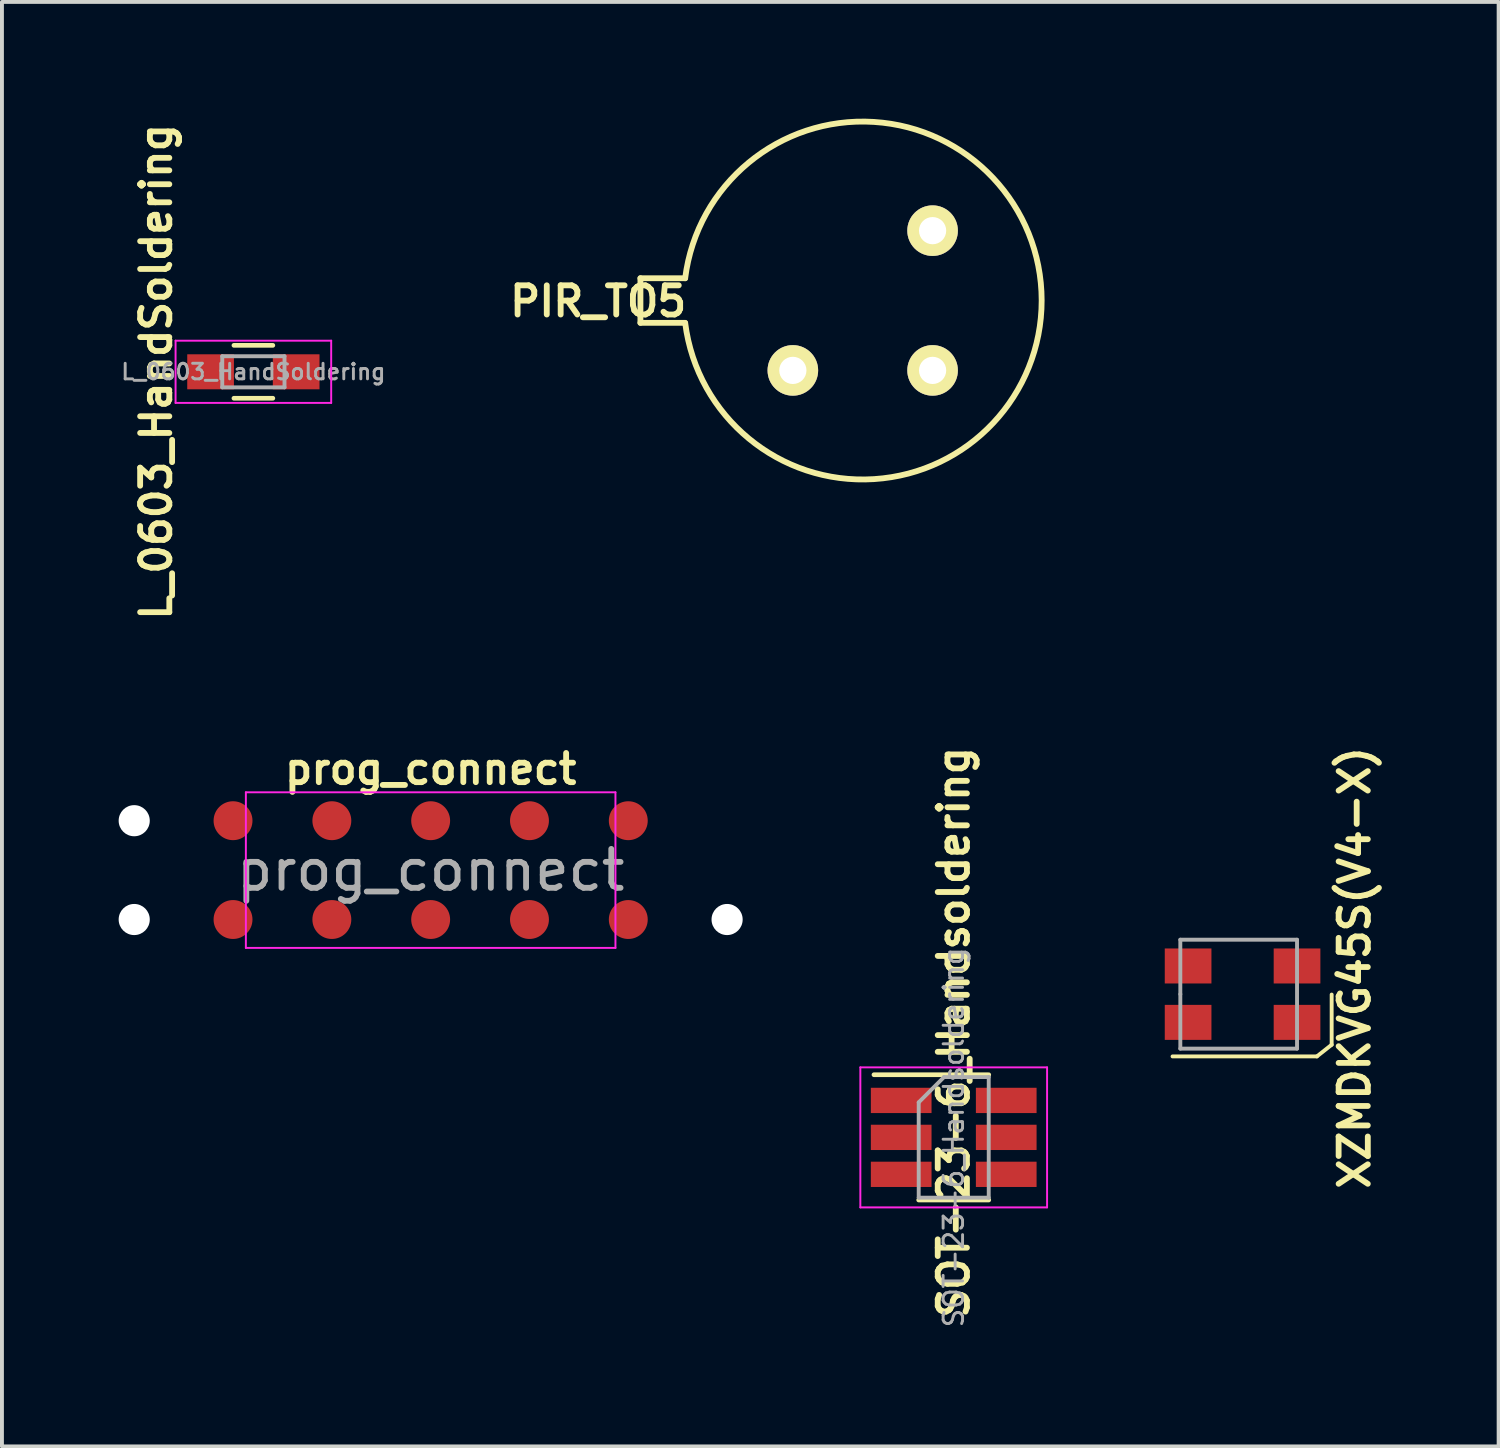
<source format=kicad_pcb>
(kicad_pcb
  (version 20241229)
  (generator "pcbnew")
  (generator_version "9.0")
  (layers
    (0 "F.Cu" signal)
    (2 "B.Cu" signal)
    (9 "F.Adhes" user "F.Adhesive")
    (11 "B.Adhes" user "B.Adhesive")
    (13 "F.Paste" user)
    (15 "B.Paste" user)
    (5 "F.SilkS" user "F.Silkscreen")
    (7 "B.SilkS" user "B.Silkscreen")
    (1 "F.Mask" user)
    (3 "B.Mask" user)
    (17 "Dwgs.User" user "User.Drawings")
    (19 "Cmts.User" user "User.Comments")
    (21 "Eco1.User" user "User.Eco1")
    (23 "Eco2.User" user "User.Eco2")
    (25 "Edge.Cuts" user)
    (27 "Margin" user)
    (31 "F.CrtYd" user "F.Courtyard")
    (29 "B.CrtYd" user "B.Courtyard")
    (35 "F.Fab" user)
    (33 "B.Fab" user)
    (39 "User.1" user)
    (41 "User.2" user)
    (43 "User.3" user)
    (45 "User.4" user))
  (footprint "prog_connect"
    (layer "F.Cu")
    (at 8.02 19.316)
    (property "Reference" "prog_connect" (at 0 -2.6 180) (layer "F.SilkS") (effects (font (size 0.75 0.75) (thickness 0.15))))
    (attr exclude_from_pos_files exclude_from_bom)
    (fp_line (start -4.75 -2) (end 4.75 -2) (stroke (width 0.05) (type solid)) (layer "F.CrtYd"))
    (fp_line (start -4.75 2) (end -4.75 -2) (stroke (width 0.05) (type solid)) (layer "F.CrtYd"))
    (fp_line (start 4.75 -2) (end 4.75 2) (stroke (width 0.05) (type solid)) (layer "F.CrtYd"))
    (fp_line (start 4.75 2) (end -4.75 2) (stroke (width 0.05) (type solid)) (layer "F.CrtYd"))
    (fp_text user "${REFERENCE}" (at 0 0 0) (layer "F.Fab") (effects (font (size 1 1) (thickness 0.15))))
    (pad "" np_thru_hole circle (at -7.62 -1.27) (size 0.8 0.8) (drill 0.8) (layers "*.Cu" "*.Mask"))
    (pad "" np_thru_hole circle (at -7.62 1.27) (size 0.8 0.8) (drill 0.8) (layers "*.Cu" "*.Mask"))
    (pad "" np_thru_hole circle (at 7.62 1.27) (size 0.8 0.8) (drill 0.8) (layers "*.Cu" "*.Mask"))
    (pad "1" connect circle (at -5.08 1.27) (size 1 1) (layers "F.Cu" "F.Mask"))
    (pad "2" connect circle (at -5.08 -1.27) (size 1 1) (layers "F.Cu" "F.Mask"))
    (pad "3" connect circle (at -2.54 1.27) (size 1 1) (layers "F.Cu" "F.Mask"))
    (pad "4" connect circle (at -2.54 -1.27) (size 1 1) (layers "F.Cu" "F.Mask"))
    (pad "5" connect circle (at 0 1.27) (size 1 1) (layers "F.Cu" "F.Mask"))
    (pad "6" connect circle (at 0 -1.27) (size 1 1) (layers "F.Cu" "F.Mask"))
    (pad "7" connect circle (at 2.54 1.27) (size 1 1) (layers "F.Cu" "F.Mask"))
    (pad "8" connect circle (at 2.54 -1.27) (size 1 1) (layers "F.Cu" "F.Mask"))
    (pad "9" connect circle (at 5.08 1.27) (size 1 1) (layers "F.Cu" "F.Mask"))
    (pad "10" connect circle (at 5.08 -1.27) (size 1 1) (layers "F.Cu" "F.Mask")))
  (footprint "XZMDKVG45S(V4-X)"
    (layer "F.Cu")
    (at 28.89 22.505)
    (property "Reference" "XZMDKVG45S(V4-X)" (at 2.88 -0.68 270) (layer "F.SilkS") (effects (font (size 0.75 0.75) (thickness 0.15))))
    (attr through_hole)
    (fp_line (start -1.8 1.6) (end 1.91 1.6) (stroke (width 0.1) (type solid)) (layer "F.SilkS"))
    (fp_line (start 1.91 1.6) (end 2.29 1.3) (stroke (width 0.1) (type solid)) (layer "F.SilkS"))
    (fp_line (start 2.29 1.3) (end 2.29 0.01) (stroke (width 0.1) (type solid)) (layer "F.SilkS"))
    (fp_line (start -1.6 -1.4) (end -1.6 0) (stroke (width 0.1) (type solid)) (layer "F.Fab"))
    (fp_line (start -1.6 0) (end -1.6 1.4) (stroke (width 0.1) (type solid)) (layer "F.Fab"))
    (fp_line (start -1.6 1.4) (end 1.4 1.4) (stroke (width 0.1) (type solid)) (layer "F.Fab"))
    (fp_line (start 1.4 -1.4) (end -1.6 -1.4) (stroke (width 0.1) (type solid)) (layer "F.Fab"))
    (fp_line (start 1.4 1.4) (end 1.4 -1.4) (stroke (width 0.1) (type solid)) (layer "F.Fab"))
    (pad "1" smd rect (at 1.4 0.725) (size 1.2 0.9) (layers "F.Cu" "F.Mask" "F.Paste"))
    (pad "2" smd rect (at -1.4 0.725) (size 1.2 0.9) (layers "F.Cu" "F.Mask" "F.Paste"))
    (pad "3" smd rect (at -1.4 -0.725) (size 1.2 0.9) (layers "F.Cu" "F.Mask" "F.Paste"))
    (pad "4" smd rect (at 1.4 -0.725) (size 1.2 0.9) (layers "F.Cu" "F.Mask" "F.Paste")))
  (footprint "PIR_TO5"
    (layer "F.Cu")
    (at 19.126 4.675)
    (property "Reference" "PIR_TO5" (at -6.8 0.02 180) (layer "F.SilkS") (effects (font (size 0.75 0.75) (thickness 0.15))))
    (attr through_hole)
    (fp_line (start -5.714 -0.573) (end -5.714 0.573) (stroke (width 0.15) (type solid)) (layer "F.SilkS"))
    (fp_line (start -4.564 -0.573) (end -5.714 -0.573) (stroke (width 0.15) (type solid)) (layer "F.SilkS"))
    (fp_line (start -4.564 0.573) (end -5.714 0.573) (stroke (width 0.15) (type solid)) (layer "F.SilkS"))
    (fp_arc (start -4.564 -0.573) (mid 4.599827 -0.003539) (end -4.563113 0.580022) (stroke (width 0.15) (type solid)) (layer "F.SilkS"))
    (pad "1" thru_hole circle (at -1.796 1.796) (size 1.3 1.3) (drill 0.7) (layers "*.Cu" "*.Mask" "F.SilkS"))
    (pad "2" thru_hole circle (at 1.796 1.796) (size 1.3 1.3) (drill 0.7) (layers "*.Cu" "*.Mask" "F.SilkS"))
    (pad "3" thru_hole circle (at 1.796 -1.796) (size 1.3 1.3) (drill 0.7) (layers "*.Cu" "*.Mask" "F.SilkS")))
  (footprint "SOT-23-6_Handsoldering"
    (layer "F.Cu")
    (at 21.465 26.186)
    (property "Reference" "SOT-23-6_Handsoldering" (at 0 -2.7 90) (layer "F.SilkS") (effects (font (size 0.75 0.75) (thickness 0.15))))
    (attr smd)
    (fp_line (start -0.9 1.61) (end 0.9 1.61) (stroke (width 0.12) (type solid)) (layer "F.SilkS"))
    (fp_line (start 0.9 -1.61) (end -2.05 -1.61) (stroke (width 0.12) (type solid)) (layer "F.SilkS"))
    (fp_line (start -2.4 -1.8) (end 2.4 -1.8) (stroke (width 0.05) (type solid)) (layer "F.CrtYd"))
    (fp_line (start -2.4 1.8) (end -2.4 -1.8) (stroke (width 0.05) (type solid)) (layer "F.CrtYd"))
    (fp_line (start 2.4 -1.8) (end 2.4 1.8) (stroke (width 0.05) (type solid)) (layer "F.CrtYd"))
    (fp_line (start 2.4 1.8) (end -2.4 1.8) (stroke (width 0.05) (type solid)) (layer "F.CrtYd"))
    (fp_line (start -0.9 -0.9) (end -0.9 1.55) (stroke (width 0.1) (type solid)) (layer "F.Fab"))
    (fp_line (start -0.9 -0.9) (end -0.25 -1.55) (stroke (width 0.1) (type solid)) (layer "F.Fab"))
    (fp_line (start 0.9 -1.55) (end -0.25 -1.55) (stroke (width 0.1) (type solid)) (layer "F.Fab"))
    (fp_line (start 0.9 -1.55) (end 0.9 1.55) (stroke (width 0.1) (type solid)) (layer "F.Fab"))
    (fp_line (start 0.9 1.55) (end -0.9 1.55) (stroke (width 0.1) (type solid)) (layer "F.Fab"))
    (fp_text user "${REFERENCE}" (at 0 0 90) (layer "F.Fab") (effects (font (size 0.5 0.5) (thickness 0.075))))
    (pad "1" smd rect (at -1.35 -0.95) (size 1.56 0.65) (layers "F.Cu" "F.Mask" "F.Paste"))
    (pad "2" smd rect (at -1.35 0) (size 1.56 0.65) (layers "F.Cu" "F.Mask" "F.Paste"))
    (pad "3" smd rect (at -1.35 0.95) (size 1.56 0.65) (layers "F.Cu" "F.Mask" "F.Paste"))
    (pad "4" smd rect (at 1.35 0.95) (size 1.56 0.65) (layers "F.Cu" "F.Mask" "F.Paste"))
    (pad "5" smd rect (at 1.35 0) (size 1.56 0.65) (layers "F.Cu" "F.Mask" "F.Paste"))
    (pad "6" smd rect (at 1.35 -0.95) (size 1.56 0.65) (layers "F.Cu" "F.Mask" "F.Paste")))
  (footprint "L_0603_HandSoldering"
    (layer "F.Cu")
    (at 3.463 6.507)
    (property "Reference" "L_0603_HandSoldering" (at -2.5 0 90) (layer "F.SilkS") (effects (font (size 0.75 0.75) (thickness 0.15))))
    (attr smd)
    (fp_line (start -0.5 -0.68) (end 0.5 -0.68) (stroke (width 0.12) (type solid)) (layer "F.SilkS"))
    (fp_line (start 0.5 0.68) (end -0.5 0.68) (stroke (width 0.12) (type solid)) (layer "F.SilkS"))
    (fp_line (start -2 -0.8) (end -2 0.8) (stroke (width 0.05) (type solid)) (layer "F.CrtYd"))
    (fp_line (start -2 -0.8) (end 2 -0.8) (stroke (width 0.05) (type solid)) (layer "F.CrtYd"))
    (fp_line (start -2 0.8) (end 2 0.8) (stroke (width 0.05) (type solid)) (layer "F.CrtYd"))
    (fp_line (start 2 -0.8) (end 2 0.8) (stroke (width 0.05) (type solid)) (layer "F.CrtYd"))
    (fp_line (start -0.8 -0.4) (end 0.8 -0.4) (stroke (width 0.1) (type solid)) (layer "F.Fab"))
    (fp_line (start -0.8 0.4) (end -0.8 -0.4) (stroke (width 0.1) (type solid)) (layer "F.Fab"))
    (fp_line (start 0.8 -0.4) (end 0.8 0.4) (stroke (width 0.1) (type solid)) (layer "F.Fab"))
    (fp_line (start 0.8 0.4) (end -0.8 0.4) (stroke (width 0.1) (type solid)) (layer "F.Fab"))
    (fp_text user "${REFERENCE}" (at 0 0 0) (layer "F.Fab") (effects (font (size 0.4 0.4) (thickness 0.075))))
    (pad "1" smd rect (at -1.1 0) (size 1.2 0.9) (layers "F.Cu" "F.Mask" "F.Paste"))
    (pad "2" smd rect (at 1.1 0) (size 1.2 0.9) (layers "F.Cu" "F.Mask" "F.Paste")))
  (gr_rect
    (start -3 -3)
    (end 35.472 34.129)
    (stroke (width 0.1) (type default))
    (fill no)
    (layer "Edge.Cuts")))
</source>
